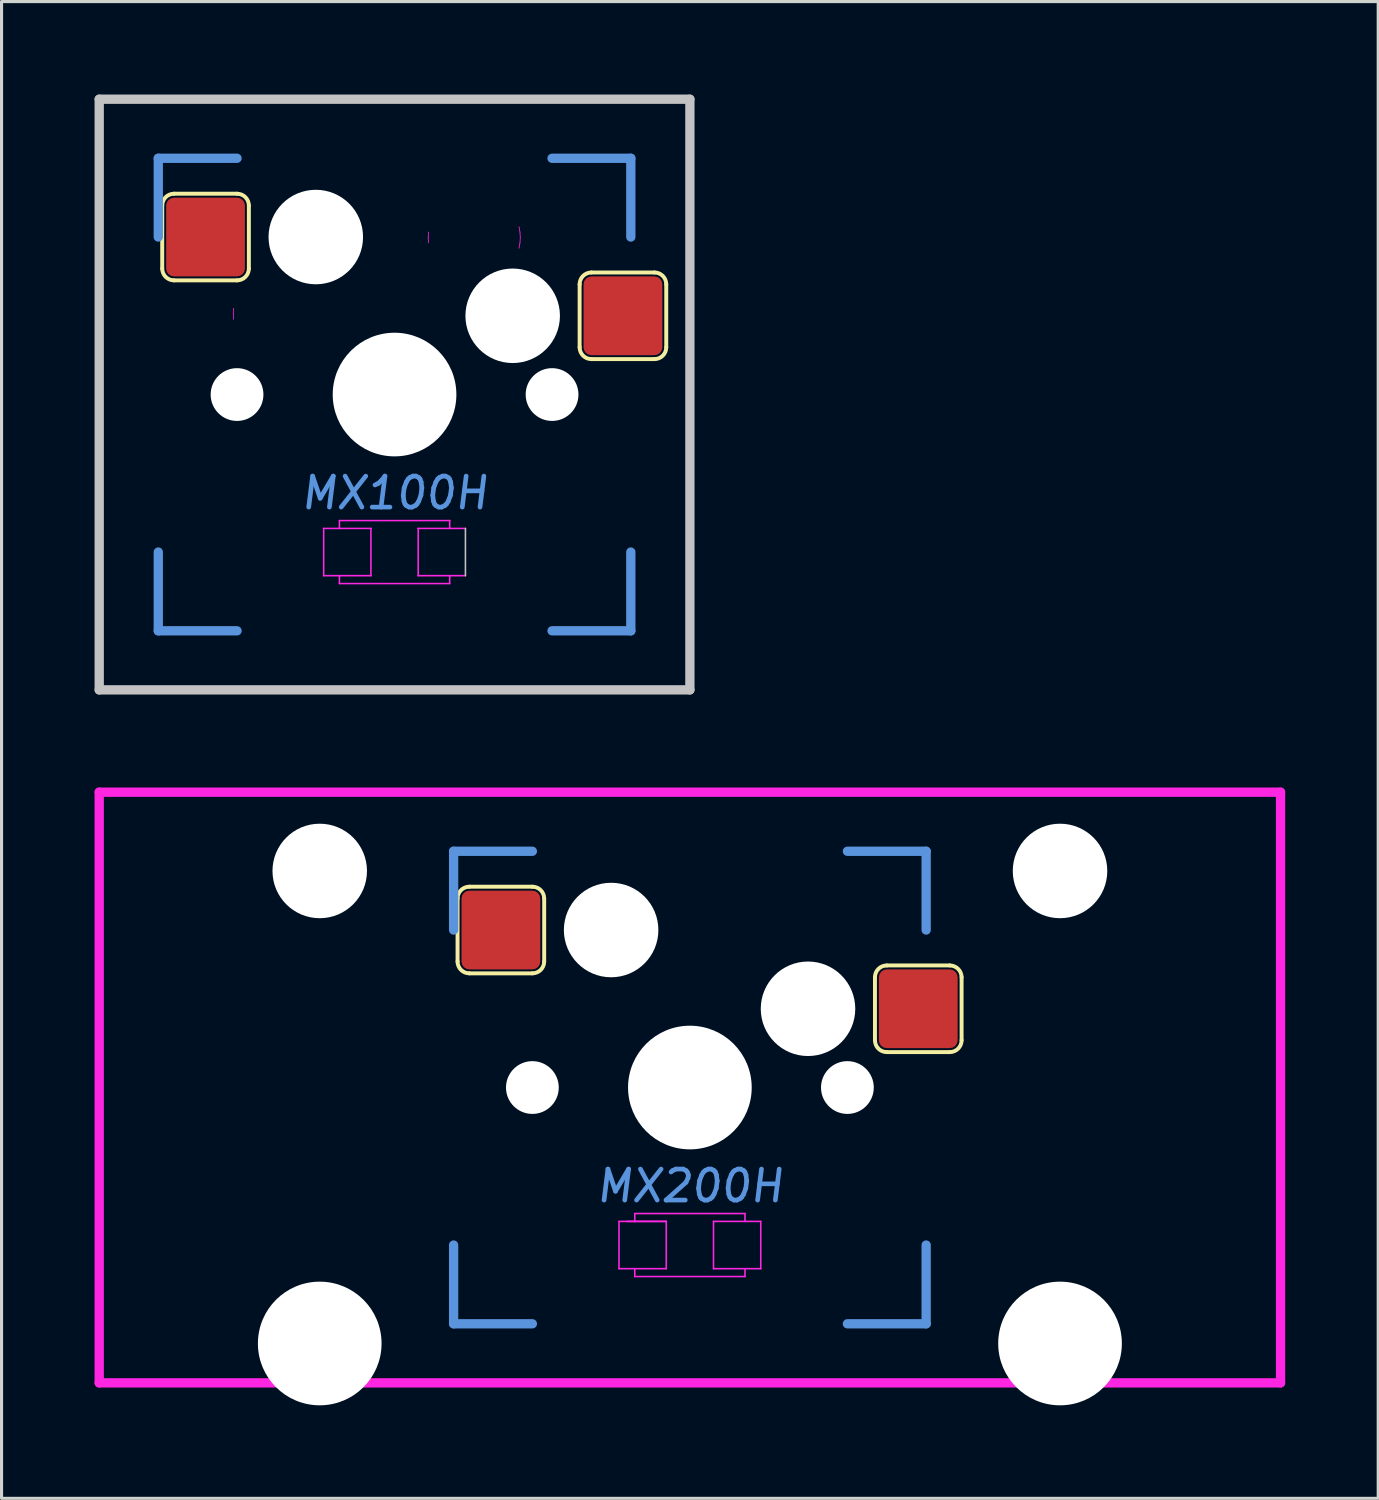
<source format=kicad_pcb>
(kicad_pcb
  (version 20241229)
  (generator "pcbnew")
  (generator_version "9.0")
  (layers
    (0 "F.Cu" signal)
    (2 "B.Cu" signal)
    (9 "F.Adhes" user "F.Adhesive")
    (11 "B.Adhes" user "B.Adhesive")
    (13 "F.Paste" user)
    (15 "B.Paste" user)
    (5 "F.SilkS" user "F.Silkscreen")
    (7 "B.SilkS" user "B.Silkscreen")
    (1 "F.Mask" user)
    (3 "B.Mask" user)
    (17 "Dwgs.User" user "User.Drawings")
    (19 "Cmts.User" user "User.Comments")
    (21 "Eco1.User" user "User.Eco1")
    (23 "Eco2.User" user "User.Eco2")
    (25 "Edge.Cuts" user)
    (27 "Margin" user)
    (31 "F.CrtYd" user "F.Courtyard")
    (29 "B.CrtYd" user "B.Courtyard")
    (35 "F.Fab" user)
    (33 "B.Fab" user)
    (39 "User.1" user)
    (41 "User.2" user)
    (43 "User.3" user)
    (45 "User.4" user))
  (footprint "MX100H"
    (layer "F.Cu")
    (at 9.675 9.675)
    (property "Reference" "MX100H" (at 0 3.175 0) (layer "Cmts.User") (effects (font (size 1 1) (thickness 0.15) (italic yes))))
    (attr through_hole)
    (fp_line (start -7.493 -6.096) (end -7.493 -4.064) (stroke (width 0.127) (type solid)) (layer "F.SilkS"))
    (fp_line (start -5.08 -6.477) (end -7.112 -6.477) (stroke (width 0.127) (type solid)) (layer "F.SilkS"))
    (fp_line (start -5.08 -3.683) (end -7.112 -3.683) (stroke (width 0.127) (type solid)) (layer "F.SilkS"))
    (fp_line (start -4.699 -6.096) (end -4.699 -4.064) (stroke (width 0.127) (type solid)) (layer "F.SilkS"))
    (fp_line (start 5.969 -3.556) (end 5.969 -1.524) (stroke (width 0.127) (type solid)) (layer "F.SilkS"))
    (fp_line (start 8.382 -3.937) (end 6.35 -3.937) (stroke (width 0.127) (type solid)) (layer "F.SilkS"))
    (fp_line (start 8.382 -1.143) (end 6.35 -1.143) (stroke (width 0.127) (type solid)) (layer "F.SilkS"))
    (fp_line (start 8.763 -3.556) (end 8.763 -1.524) (stroke (width 0.127) (type solid)) (layer "F.SilkS"))
    (fp_arc (start -7.493 -6.096) (mid -7.381408 -6.365408) (end -7.112 -6.477) (stroke (width 0.127) (type solid)) (layer "F.SilkS"))
    (fp_arc (start -7.112 -3.683) (mid -7.381408 -3.794592) (end -7.493 -4.064) (stroke (width 0.127) (type solid)) (layer "F.SilkS"))
    (fp_arc (start -5.08 -6.477) (mid -4.810592 -6.365408) (end -4.699 -6.096) (stroke (width 0.127) (type solid)) (layer "F.SilkS"))
    (fp_arc (start -4.699 -4.064) (mid -4.810592 -3.794592) (end -5.08 -3.683) (stroke (width 0.127) (type solid)) (layer "F.SilkS"))
    (fp_arc (start 5.969 -3.556) (mid 6.080592 -3.825408) (end 6.35 -3.937) (stroke (width 0.127) (type solid)) (layer "F.SilkS"))
    (fp_arc (start 6.35 -1.143) (mid 6.080592 -1.254592) (end 5.969 -1.524) (stroke (width 0.127) (type solid)) (layer "F.SilkS"))
    (fp_arc (start 8.382 -3.937) (mid 8.651408 -3.825408) (end 8.763 -3.556) (stroke (width 0.127) (type solid)) (layer "F.SilkS"))
    (fp_arc (start 8.763 -1.524) (mid 8.651408 -1.254592) (end 8.382 -1.143) (stroke (width 0.127) (type solid)) (layer "F.SilkS"))
    (fp_line (start -9.525 -9.525) (end 9.525 -9.525) (stroke (width 0.3) (type solid)) (layer "Dwgs.User"))
    (fp_line (start -9.525 9.525) (end -9.525 -9.525) (stroke (width 0.3) (type solid)) (layer "Dwgs.User"))
    (fp_line (start 2.286 4.318) (end 2.286 5.842) (stroke (width 0.051) (type solid)) (layer "Dwgs.User"))
    (fp_line (start 9.525 -9.525) (end 9.525 9.525) (stroke (width 0.3) (type solid)) (layer "Dwgs.User"))
    (fp_line (start 9.525 9.525) (end -9.525 9.525) (stroke (width 0.3) (type solid)) (layer "Dwgs.User"))
    (fp_line (start -7.62 -7.62) (end -7.62 -5.08) (stroke (width 0.3) (type solid)) (layer "Cmts.User"))
    (fp_line (start -7.62 -7.62) (end -5.08 -7.62) (stroke (width 0.3) (type solid)) (layer "Cmts.User"))
    (fp_line (start -7.62 7.62) (end -7.62 5.08) (stroke (width 0.3) (type solid)) (layer "Cmts.User"))
    (fp_line (start -7.62 7.62) (end -5.08 7.62) (stroke (width 0.3) (type solid)) (layer "Cmts.User"))
    (fp_line (start 7.62 -7.62) (end 5.08 -7.62) (stroke (width 0.3) (type solid)) (layer "Cmts.User"))
    (fp_line (start 7.62 -7.62) (end 7.62 -5.08) (stroke (width 0.3) (type solid)) (layer "Cmts.User"))
    (fp_line (start 7.62 7.62) (end 5.08 7.62) (stroke (width 0.3) (type solid)) (layer "Cmts.User"))
    (fp_line (start 7.62 7.62) (end 7.62 5.08) (stroke (width 0.3) (type solid)) (layer "Cmts.User"))
    (fp_line (start -5.201 -2.607) (end -5.191 -2.779) (stroke (width 0.025) (type solid)) (layer "F.CrtYd"))
    (fp_line (start -5.191 -2.429) (end -5.201 -2.607) (stroke (width 0.025) (type solid)) (layer "F.CrtYd"))
    (fp_line (start -2.286 4.318) (end -2.286 5.842) (stroke (width 0.051) (type solid)) (layer "F.CrtYd"))
    (fp_line (start -2.286 5.842) (end -0.762 5.842) (stroke (width 0.051) (type solid)) (layer "F.CrtYd"))
    (fp_line (start -1.778 4.064) (end -1.778 4.318) (stroke (width 0.051) (type solid)) (layer "F.CrtYd"))
    (fp_line (start -1.778 6.096) (end -1.778 5.842) (stroke (width 0.051) (type solid)) (layer "F.CrtYd"))
    (fp_line (start -1.778 6.096) (end 1.778 6.096) (stroke (width 0.051) (type solid)) (layer "F.CrtYd"))
    (fp_line (start -0.762 4.318) (end -2.286 4.318) (stroke (width 0.051) (type solid)) (layer "F.CrtYd"))
    (fp_line (start -0.762 5.842) (end -0.762 4.318) (stroke (width 0.051) (type solid)) (layer "F.CrtYd"))
    (fp_line (start 0.762 4.318) (end 2.286 4.318) (stroke (width 0.051) (type solid)) (layer "F.CrtYd"))
    (fp_line (start 0.762 5.842) (end 0.762 4.318) (stroke (width 0.051) (type solid)) (layer "F.CrtYd"))
    (fp_line (start 1.085 -5.063) (end 1.096 -5.24) (stroke (width 0.025) (type solid)) (layer "F.CrtYd"))
    (fp_line (start 1.096 -4.891) (end 1.085 -5.063) (stroke (width 0.025) (type solid)) (layer "F.CrtYd"))
    (fp_line (start 1.778 4.064) (end -1.778 4.064) (stroke (width 0.051) (type solid)) (layer "F.CrtYd"))
    (fp_line (start 1.778 4.318) (end 1.778 4.064) (stroke (width 0.051) (type solid)) (layer "F.CrtYd"))
    (fp_line (start 1.778 6.096) (end 1.778 5.842) (stroke (width 0.051) (type solid)) (layer "F.CrtYd"))
    (fp_line (start 2.286 5.842) (end 0.762 5.842) (stroke (width 0.051) (type solid)) (layer "F.CrtYd"))
    (fp_line (start 4.013 -5.412) (end 4.045 -5.24) (stroke (width 0.025) (type solid)) (layer "F.CrtYd"))
    (fp_line (start 4.045 -5.24) (end 4.055 -5.063) (stroke (width 0.025) (type solid)) (layer "F.CrtYd"))
    (fp_line (start 4.045 -4.891) (end 4.013 -4.718) (stroke (width 0.025) (type solid)) (layer "F.CrtYd"))
    (fp_line (start 4.055 -5.063) (end 4.045 -4.891) (stroke (width 0.025) (type solid)) (layer "F.CrtYd"))
    (pad "" np_thru_hole circle (at -5.08 0) (size 1.702 1.702) (drill 1.702) (layers "*.Cu" "*.Mask"))
    (pad "" np_thru_hole circle (at -2.54 -5.08) (size 3.048 3.048) (drill 3.048) (layers "*.Cu" "*.Mask"))
    (pad "" np_thru_hole circle (at 0 0) (size 3.988 3.988) (drill 3.988) (layers "*.Cu" "*.Mask"))
    (pad "" np_thru_hole circle (at 3.81 -2.54) (size 3.048 3.048) (drill 3.048) (layers "*.Cu" "*.Mask"))
    (pad "" np_thru_hole circle (at 5.08 0) (size 1.702 1.702) (drill 1.702) (layers "*.Cu" "*.Mask"))
    (pad "1" smd roundrect (at -6.096 -5.08) (size 2.54 2.54) (layers "F.Cu" "F.Mask" "F.Paste") (roundrect_rratio 0.1))
    (pad "2" smd roundrect (at 7.366 -2.54) (size 2.54 2.54) (layers "F.Cu" "F.Mask" "F.Paste") (roundrect_rratio 0.1)))
  (footprint "MX200H"
    (layer "F.Cu")
    (at 19.2 32.025)
    (property "Reference" "MX200H" (at 0 3.175 0) (layer "Cmts.User") (effects (font (size 1 1) (thickness 0.15) (italic yes))))
    (attr through_hole)
    (fp_line (start -7.493 -6.096) (end -7.493 -4.064) (stroke (width 0.127) (type solid)) (layer "F.SilkS"))
    (fp_line (start -7.112 -3.683) (end -5.08 -3.683) (stroke (width 0.127) (type solid)) (layer "F.SilkS"))
    (fp_line (start -5.08 -6.477) (end -7.112 -6.477) (stroke (width 0.127) (type solid)) (layer "F.SilkS"))
    (fp_line (start -4.699 -4.064) (end -4.699 -6.096) (stroke (width 0.127) (type solid)) (layer "F.SilkS"))
    (fp_line (start 5.969 -3.556) (end 5.969 -1.524) (stroke (width 0.127) (type solid)) (layer "F.SilkS"))
    (fp_line (start 6.35 -1.143) (end 8.382 -1.143) (stroke (width 0.127) (type solid)) (layer "F.SilkS"))
    (fp_line (start 8.382 -3.937) (end 6.35 -3.937) (stroke (width 0.127) (type solid)) (layer "F.SilkS"))
    (fp_line (start 8.763 -1.524) (end 8.763 -3.556) (stroke (width 0.127) (type solid)) (layer "F.SilkS"))
    (fp_arc (start -7.493 -6.096) (mid -7.381408 -6.365408) (end -7.112 -6.477) (stroke (width 0.127) (type solid)) (layer "F.SilkS"))
    (fp_arc (start -7.112 -3.683) (mid -7.381408 -3.794592) (end -7.493 -4.064) (stroke (width 0.127) (type solid)) (layer "F.SilkS"))
    (fp_arc (start -5.08 -6.477) (mid -4.810592 -6.365408) (end -4.699 -6.096) (stroke (width 0.127) (type solid)) (layer "F.SilkS"))
    (fp_arc (start -4.699 -4.064) (mid -4.810592 -3.794592) (end -5.08 -3.683) (stroke (width 0.127) (type solid)) (layer "F.SilkS"))
    (fp_arc (start 5.969 -3.556) (mid 6.080592 -3.825408) (end 6.35 -3.937) (stroke (width 0.127) (type solid)) (layer "F.SilkS"))
    (fp_arc (start 6.35 -1.143) (mid 6.080592 -1.254592) (end 5.969 -1.524) (stroke (width 0.127) (type solid)) (layer "F.SilkS"))
    (fp_arc (start 8.382 -3.937) (mid 8.651408 -3.825408) (end 8.763 -3.556) (stroke (width 0.127) (type solid)) (layer "F.SilkS"))
    (fp_arc (start 8.763 -1.524) (mid 8.651408 -1.254592) (end 8.382 -1.143) (stroke (width 0.127) (type solid)) (layer "F.SilkS"))
    (fp_line (start -7.62 -7.62) (end -7.62 -5.08) (stroke (width 0.3) (type solid)) (layer "Cmts.User"))
    (fp_line (start -7.62 -7.62) (end -5.08 -7.62) (stroke (width 0.3) (type solid)) (layer "Cmts.User"))
    (fp_line (start -7.62 7.62) (end -7.62 5.08) (stroke (width 0.3) (type solid)) (layer "Cmts.User"))
    (fp_line (start -7.62 7.62) (end -5.08 7.62) (stroke (width 0.3) (type solid)) (layer "Cmts.User"))
    (fp_line (start 7.62 -7.62) (end 5.08 -7.62) (stroke (width 0.3) (type solid)) (layer "Cmts.User"))
    (fp_line (start 7.62 -7.62) (end 7.62 -5.08) (stroke (width 0.3) (type solid)) (layer "Cmts.User"))
    (fp_line (start 7.62 7.62) (end 5.08 7.62) (stroke (width 0.3) (type solid)) (layer "Cmts.User"))
    (fp_line (start 7.62 7.62) (end 7.62 5.08) (stroke (width 0.3) (type solid)) (layer "Cmts.User"))
    (fp_line (start -19.05 -9.525) (end -19.05 9.525) (stroke (width 0.3) (type solid)) (layer "F.CrtYd"))
    (fp_line (start -19.05 -9.525) (end 19.05 -9.525) (stroke (width 0.3) (type solid)) (layer "F.CrtYd"))
    (fp_line (start -19.05 9.525) (end 19.05 9.525) (stroke (width 0.3) (type solid)) (layer "F.CrtYd"))
    (fp_line (start -2.286 5.842) (end -2.286 4.318) (stroke (width 0.051) (type solid)) (layer "F.CrtYd"))
    (fp_line (start -2.032 4.318) (end -0.762 4.318) (stroke (width 0.051) (type solid)) (layer "F.CrtYd"))
    (fp_line (start -1.778 4.064) (end 1.778 4.064) (stroke (width 0.051) (type solid)) (layer "F.CrtYd"))
    (fp_line (start -1.778 4.318) (end -1.778 4.064) (stroke (width 0.051) (type solid)) (layer "F.CrtYd"))
    (fp_line (start -1.778 6.096) (end -1.778 5.842) (stroke (width 0.051) (type solid)) (layer "F.CrtYd"))
    (fp_line (start -0.762 4.318) (end -2.286 4.318) (stroke (width 0.051) (type solid)) (layer "F.CrtYd"))
    (fp_line (start -0.762 4.318) (end -0.762 5.842) (stroke (width 0.051) (type solid)) (layer "F.CrtYd"))
    (fp_line (start -0.762 5.842) (end -2.286 5.842) (stroke (width 0.051) (type solid)) (layer "F.CrtYd"))
    (fp_line (start 0.762 4.318) (end 2.286 4.318) (stroke (width 0.051) (type solid)) (layer "F.CrtYd"))
    (fp_line (start 0.762 5.842) (end 0.762 4.318) (stroke (width 0.051) (type solid)) (layer "F.CrtYd"))
    (fp_line (start 1.778 4.064) (end 1.778 4.318) (stroke (width 0.051) (type solid)) (layer "F.CrtYd"))
    (fp_line (start 1.778 5.842) (end 1.778 6.096) (stroke (width 0.051) (type solid)) (layer "F.CrtYd"))
    (fp_line (start 1.778 6.096) (end -1.778 6.096) (stroke (width 0.051) (type solid)) (layer "F.CrtYd"))
    (fp_line (start 2.286 4.318) (end 2.286 5.842) (stroke (width 0.051) (type solid)) (layer "F.CrtYd"))
    (fp_line (start 2.286 5.842) (end 0.762 5.842) (stroke (width 0.051) (type solid)) (layer "F.CrtYd"))
    (fp_line (start 19.05 -9.525) (end 19.05 9.525) (stroke (width 0.3) (type solid)) (layer "F.CrtYd"))
    (pad "" np_thru_hole circle (at -11.938 -6.985) (size 3.048 3.048) (drill 3.048) (layers "*.Cu" "*.Mask"))
    (pad "" np_thru_hole circle (at -11.938 8.255) (size 3.988 3.988) (drill 3.988) (layers "*.Cu" "*.Mask"))
    (pad "" np_thru_hole circle (at -5.08 0) (size 1.702 1.702) (drill 1.702) (layers "*.Cu" "*.Mask"))
    (pad "" np_thru_hole circle (at -2.54 -5.08) (size 3.048 3.048) (drill 3.048) (layers "*.Cu" "*.Mask"))
    (pad "" np_thru_hole circle (at 0 0) (size 3.988 3.988) (drill 3.988) (layers "*.Cu" "*.Mask"))
    (pad "" np_thru_hole circle (at 3.81 -2.54) (size 3.048 3.048) (drill 3.048) (layers "*.Cu" "*.Mask"))
    (pad "" np_thru_hole circle (at 5.08 0) (size 1.702 1.702) (drill 1.702) (layers "*.Cu" "*.Mask"))
    (pad "" np_thru_hole circle (at 11.938 -6.985) (size 3.048 3.048) (drill 3.048) (layers "*.Cu" "*.Mask"))
    (pad "" np_thru_hole circle (at 11.938 8.255) (size 3.988 3.988) (drill 3.988) (layers "*.Cu" "*.Mask"))
    (pad "1" smd roundrect (at -6.096 -5.08) (size 2.54 2.54) (layers "F.Cu" "F.Mask" "F.Paste") (roundrect_rratio 0.1))
    (pad "2" smd roundrect (at 7.366 -2.54) (size 2.54 2.54) (layers "F.Cu" "F.Mask" "F.Paste") (roundrect_rratio 0.1)))
  (gr_rect
    (start -3 -3)
    (end 41.4 45.274)
    (stroke (width 0.1) (type default))
    (fill no)
    (layer "Edge.Cuts")))
</source>
